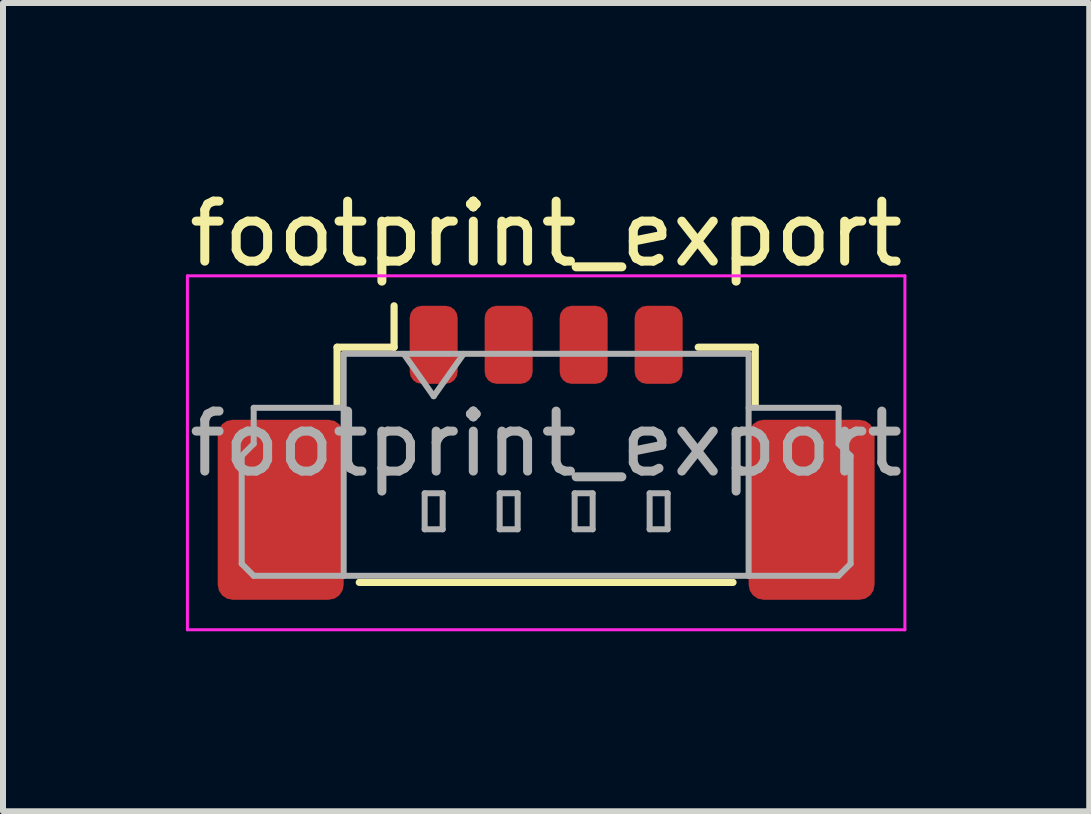
<source format=kicad_pcb>
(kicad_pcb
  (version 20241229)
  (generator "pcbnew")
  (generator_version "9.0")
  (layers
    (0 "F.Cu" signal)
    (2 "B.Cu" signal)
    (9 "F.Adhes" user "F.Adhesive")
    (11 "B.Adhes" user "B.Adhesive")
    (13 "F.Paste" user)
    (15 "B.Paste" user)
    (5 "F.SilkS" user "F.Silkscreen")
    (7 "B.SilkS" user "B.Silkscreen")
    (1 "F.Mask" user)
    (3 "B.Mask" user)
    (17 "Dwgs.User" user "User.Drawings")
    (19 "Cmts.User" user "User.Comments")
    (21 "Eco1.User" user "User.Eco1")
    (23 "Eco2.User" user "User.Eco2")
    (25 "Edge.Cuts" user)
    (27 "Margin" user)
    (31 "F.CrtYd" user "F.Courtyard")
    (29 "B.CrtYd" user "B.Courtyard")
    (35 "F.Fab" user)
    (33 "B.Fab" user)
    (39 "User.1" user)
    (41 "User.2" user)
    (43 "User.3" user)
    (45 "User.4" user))
  (footprint "footprint_export"
    (layer "F.Cu")
    (at 6.054 3.948)
    (property "Reference" "footprint_export" (at 0 -3.1 0) (layer "F.SilkS") (effects (font (size 1 1) (thickness 0.15))))
    (attr smd)
    (fp_line (start -3.485 -1.21) (end -2.535 -1.21) (stroke (width 0.12) (type solid)) (layer "F.SilkS"))
    (fp_line (start -3.485 -0.26) (end -3.485 -1.21) (stroke (width 0.12) (type solid)) (layer "F.SilkS"))
    (fp_line (start -3.115 2.71) (end 3.115 2.71) (stroke (width 0.12) (type solid)) (layer "F.SilkS"))
    (fp_line (start -2.535 -1.21) (end -2.535 -1.9) (stroke (width 0.12) (type solid)) (layer "F.SilkS"))
    (fp_line (start 3.485 -1.21) (end 2.535 -1.21) (stroke (width 0.12) (type solid)) (layer "F.SilkS"))
    (fp_line (start 3.485 -0.26) (end 3.485 -1.21) (stroke (width 0.12) (type solid)) (layer "F.SilkS"))
    (fp_line (start -5.98 -2.4) (end -5.98 3.5) (stroke (width 0.05) (type solid)) (layer "F.CrtYd"))
    (fp_line (start -5.98 3.5) (end 5.98 3.5) (stroke (width 0.05) (type solid)) (layer "F.CrtYd"))
    (fp_line (start 5.98 -2.4) (end -5.98 -2.4) (stroke (width 0.05) (type solid)) (layer "F.CrtYd"))
    (fp_line (start 5.98 3.5) (end 5.98 -2.4) (stroke (width 0.05) (type solid)) (layer "F.CrtYd"))
    (fp_line (start -5.075 0.6) (end -4.875 0.4) (stroke (width 0.1) (type solid)) (layer "F.Fab"))
    (fp_line (start -5.075 2.4) (end -5.075 0.6) (stroke (width 0.1) (type solid)) (layer "F.Fab"))
    (fp_line (start -4.875 -0.2) (end -3.375 -0.2) (stroke (width 0.1) (type solid)) (layer "F.Fab"))
    (fp_line (start -4.875 0.4) (end -4.875 -0.2) (stroke (width 0.1) (type solid)) (layer "F.Fab"))
    (fp_line (start -4.875 2.6) (end -5.075 2.4) (stroke (width 0.1) (type solid)) (layer "F.Fab"))
    (fp_line (start -3.375 -1.1) (end -3.375 2.6) (stroke (width 0.1) (type solid)) (layer "F.Fab"))
    (fp_line (start -3.375 -1.1) (end 3.375 -1.1) (stroke (width 0.1) (type solid)) (layer "F.Fab"))
    (fp_line (start -3.375 2.6) (end -4.875 2.6) (stroke (width 0.1) (type solid)) (layer "F.Fab"))
    (fp_line (start -3.375 2.6) (end 3.375 2.6) (stroke (width 0.1) (type solid)) (layer "F.Fab"))
    (fp_line (start -2.375 -1.1) (end -1.875 -0.393) (stroke (width 0.1) (type solid)) (layer "F.Fab"))
    (fp_line (start -2.025 1.225) (end -2.025 1.825) (stroke (width 0.1) (type solid)) (layer "F.Fab"))
    (fp_line (start -2.025 1.825) (end -1.725 1.825) (stroke (width 0.1) (type solid)) (layer "F.Fab"))
    (fp_line (start -1.875 -0.393) (end -1.375 -1.1) (stroke (width 0.1) (type solid)) (layer "F.Fab"))
    (fp_line (start -1.725 1.225) (end -2.025 1.225) (stroke (width 0.1) (type solid)) (layer "F.Fab"))
    (fp_line (start -1.725 1.825) (end -1.725 1.225) (stroke (width 0.1) (type solid)) (layer "F.Fab"))
    (fp_line (start -0.775 1.225) (end -0.775 1.825) (stroke (width 0.1) (type solid)) (layer "F.Fab"))
    (fp_line (start -0.775 1.825) (end -0.475 1.825) (stroke (width 0.1) (type solid)) (layer "F.Fab"))
    (fp_line (start -0.475 1.225) (end -0.775 1.225) (stroke (width 0.1) (type solid)) (layer "F.Fab"))
    (fp_line (start -0.475 1.825) (end -0.475 1.225) (stroke (width 0.1) (type solid)) (layer "F.Fab"))
    (fp_line (start 0.475 1.225) (end 0.475 1.825) (stroke (width 0.1) (type solid)) (layer "F.Fab"))
    (fp_line (start 0.475 1.825) (end 0.775 1.825) (stroke (width 0.1) (type solid)) (layer "F.Fab"))
    (fp_line (start 0.775 1.225) (end 0.475 1.225) (stroke (width 0.1) (type solid)) (layer "F.Fab"))
    (fp_line (start 0.775 1.825) (end 0.775 1.225) (stroke (width 0.1) (type solid)) (layer "F.Fab"))
    (fp_line (start 1.725 1.225) (end 1.725 1.825) (stroke (width 0.1) (type solid)) (layer "F.Fab"))
    (fp_line (start 1.725 1.825) (end 2.025 1.825) (stroke (width 0.1) (type solid)) (layer "F.Fab"))
    (fp_line (start 2.025 1.225) (end 1.725 1.225) (stroke (width 0.1) (type solid)) (layer "F.Fab"))
    (fp_line (start 2.025 1.825) (end 2.025 1.225) (stroke (width 0.1) (type solid)) (layer "F.Fab"))
    (fp_line (start 3.375 -1.1) (end 3.375 2.6) (stroke (width 0.1) (type solid)) (layer "F.Fab"))
    (fp_line (start 3.375 2.6) (end 4.875 2.6) (stroke (width 0.1) (type solid)) (layer "F.Fab"))
    (fp_line (start 4.875 -0.2) (end 3.375 -0.2) (stroke (width 0.1) (type solid)) (layer "F.Fab"))
    (fp_line (start 4.875 0.4) (end 4.875 -0.2) (stroke (width 0.1) (type solid)) (layer "F.Fab"))
    (fp_line (start 4.875 2.6) (end 5.075 2.4) (stroke (width 0.1) (type solid)) (layer "F.Fab"))
    (fp_line (start 5.075 0.6) (end 4.875 0.4) (stroke (width 0.1) (type solid)) (layer "F.Fab"))
    (fp_line (start 5.075 2.4) (end 5.075 0.6) (stroke (width 0.1) (type solid)) (layer "F.Fab"))
    (fp_text user "${REFERENCE}" (at 0 0.4 0) (layer "F.Fab") (effects (font (size 1 1) (thickness 0.15))))
    (pad "1" smd roundrect (at -1.875 -1.25) (size 0.8 1.3) (layers "F.Cu" "F.Mask" "F.Paste") (roundrect_rratio 0.25))
    (pad "2" smd roundrect (at -0.625 -1.25) (size 0.8 1.3) (layers "F.Cu" "F.Mask" "F.Paste") (roundrect_rratio 0.25))
    (pad "3" smd roundrect (at 0.625 -1.25) (size 0.8 1.3) (layers "F.Cu" "F.Mask" "F.Paste") (roundrect_rratio 0.25))
    (pad "4" smd roundrect (at 1.875 -1.25) (size 0.8 1.3) (layers "F.Cu" "F.Mask" "F.Paste") (roundrect_rratio 0.25))
    (pad "MP" smd roundrect (at -4.425 1.5) (size 2.1 3) (layers "F.Cu" "F.Mask" "F.Paste") (roundrect_rratio 0.119))
    (pad "MP" smd roundrect (at 4.425 1.5) (size 2.1 3) (layers "F.Cu" "F.Mask" "F.Paste") (roundrect_rratio 0.119)))
  (gr_rect
    (start -3 -3)
    (end 15.107 10.473)
    (stroke (width 0.1) (type default))
    (fill no)
    (layer "Edge.Cuts")))
</source>
